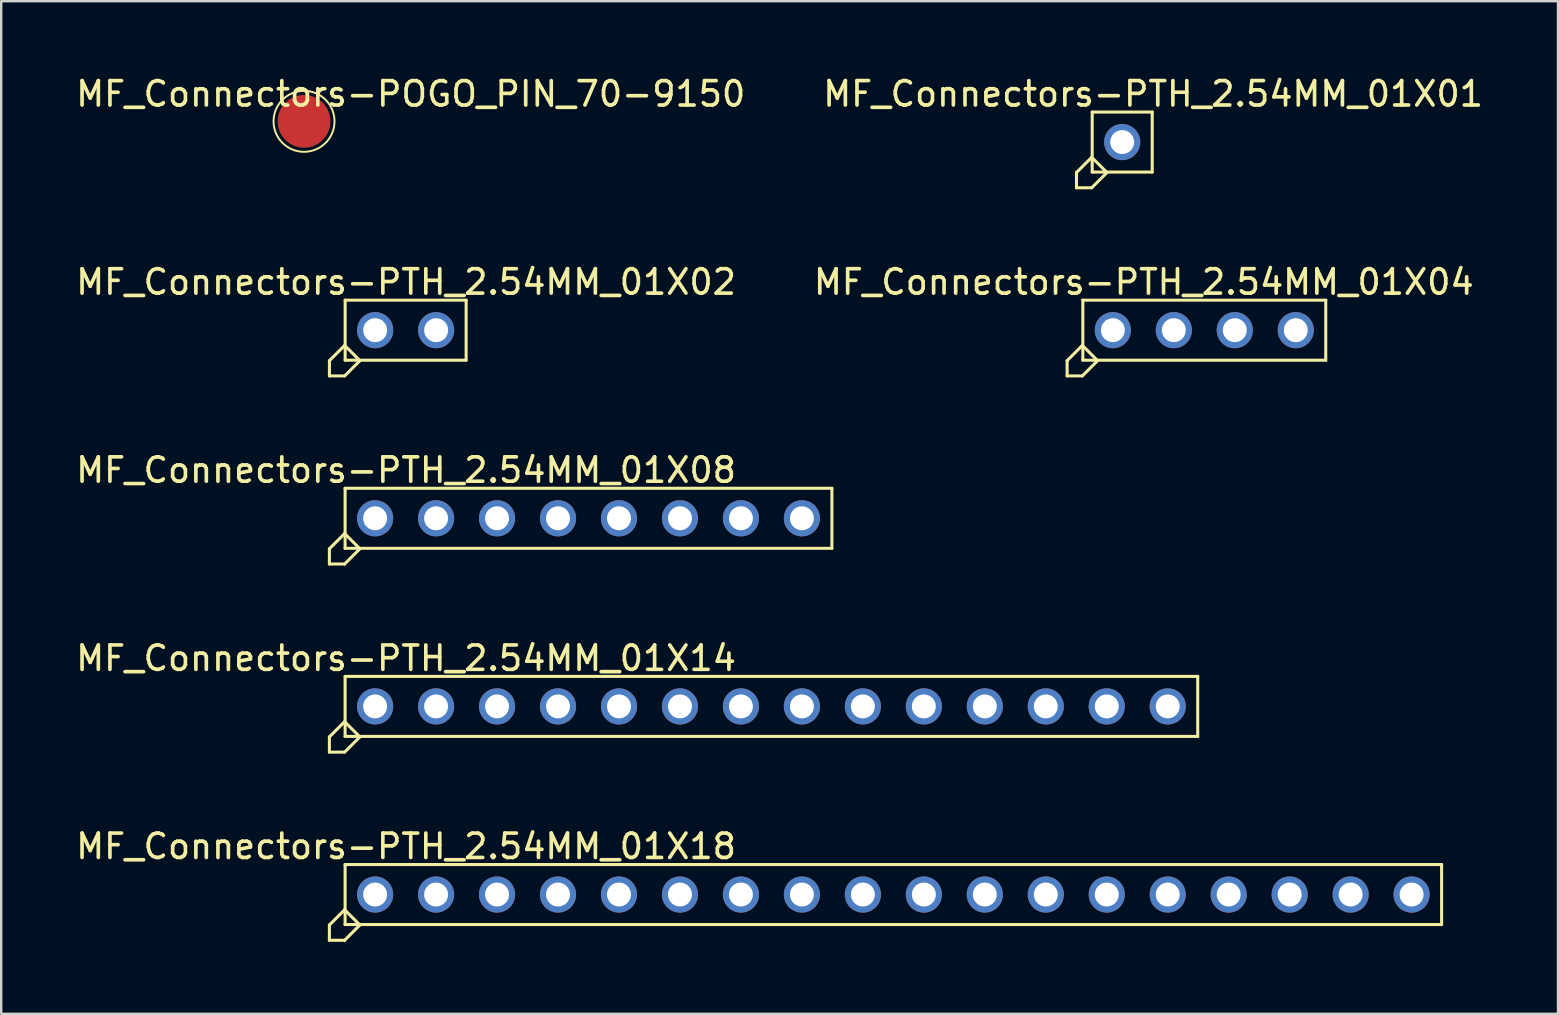
<source format=kicad_pcb>
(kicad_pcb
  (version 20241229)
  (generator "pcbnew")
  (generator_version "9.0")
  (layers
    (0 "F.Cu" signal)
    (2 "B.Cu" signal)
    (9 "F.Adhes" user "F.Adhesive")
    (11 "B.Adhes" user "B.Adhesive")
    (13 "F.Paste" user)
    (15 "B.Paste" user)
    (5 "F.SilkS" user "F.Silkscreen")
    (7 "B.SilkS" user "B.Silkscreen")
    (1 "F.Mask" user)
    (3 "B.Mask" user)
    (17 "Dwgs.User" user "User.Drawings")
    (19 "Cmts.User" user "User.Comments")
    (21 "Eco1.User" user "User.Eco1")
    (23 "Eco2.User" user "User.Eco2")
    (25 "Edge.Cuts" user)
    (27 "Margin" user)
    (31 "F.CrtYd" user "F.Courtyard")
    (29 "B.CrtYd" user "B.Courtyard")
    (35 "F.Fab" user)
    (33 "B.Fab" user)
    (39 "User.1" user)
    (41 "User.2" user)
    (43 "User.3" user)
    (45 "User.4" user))
  (footprint "MF_Connectors-PTH_2.54MM_01X04"
    (layer "F.Cu")
    (at 47.121 10.705)
    (property "Reference" "MF_Connectors-PTH_2.54MM_01X04" (at -2.52 -2.007 0) (layer "F.SilkS") (effects (font (size 1.016 1.016) (thickness 0.152))))
    (attr exclude_from_pos_files exclude_from_bom)
    (fp_line (start -5.715 1.27) (end -5.715 1.905) (stroke (width 0.127) (type solid)) (layer "F.SilkS"))
    (fp_line (start -5.715 1.905) (end -5.08 1.905) (stroke (width 0.127) (type solid)) (layer "F.SilkS"))
    (fp_line (start -5.08 0.635) (end -5.715 1.27) (stroke (width 0.127) (type solid)) (layer "F.SilkS"))
    (fp_line (start -5.08 1.905) (end -4.445 1.27) (stroke (width 0.127) (type solid)) (layer "F.SilkS"))
    (fp_line (start -5.06 -1.25) (end 5.06 -1.25) (stroke (width 0.127) (type solid)) (layer "F.SilkS"))
    (fp_line (start -5.06 1.25) (end -5.06 -1.25) (stroke (width 0.127) (type solid)) (layer "F.SilkS"))
    (fp_line (start -4.445 1.27) (end -5.08 0.635) (stroke (width 0.127) (type solid)) (layer "F.SilkS"))
    (fp_line (start 5.06 -1.25) (end 5.06 1.25) (stroke (width 0.127) (type solid)) (layer "F.SilkS"))
    (fp_line (start 5.06 1.25) (end -5.06 1.25) (stroke (width 0.127) (type solid)) (layer "F.SilkS"))
    (pad "1" thru_hole circle (at -3.81 0) (size 1.506 1.506) (drill 0.998) (layers "*.Cu" "*.Mask"))
    (pad "2" thru_hole circle (at -1.27 0) (size 1.506 1.506) (drill 0.998) (layers "*.Cu" "*.Mask"))
    (pad "3" thru_hole circle (at 1.27 0) (size 1.506 1.506) (drill 0.998) (layers "*.Cu" "*.Mask"))
    (pad "4" thru_hole circle (at 3.81 0) (size 1.506 1.506) (drill 0.998) (layers "*.Cu" "*.Mask")))
  (footprint "MF_Connectors-POGO_PIN_70-9150"
    (layer "F.Cu")
    (at 9.616 2.005)
    (property "Reference" "MF_Connectors-POGO_PIN_70-9150" (at 4.445 -1.143 0) (layer "F.SilkS") (effects (font (size 1.016 1.016) (thickness 0.152))))
    (attr smd)
    (fp_circle (center 0 0) (end 0 1.27) (stroke (width 0.08) (type solid)) (fill no) (layer "F.SilkS"))
    (pad "1" smd circle (at 0 0) (size 2.2 2.2) (layers "F.Cu" "F.Mask" "F.Paste")))
  (footprint "MF_Connectors-PTH_2.54MM_01X18"
    (layer "F.Cu")
    (at 34.167 34.216)
    (property "Reference" "MF_Connectors-PTH_2.54MM_01X18" (at -20.3 -2.007 0) (layer "F.SilkS") (effects (font (size 1.016 1.016) (thickness 0.152))))
    (attr exclude_from_pos_files exclude_from_bom)
    (fp_line (start -23.495 1.27) (end -23.495 1.905) (stroke (width 0.127) (type solid)) (layer "F.SilkS"))
    (fp_line (start -23.495 1.905) (end -22.86 1.905) (stroke (width 0.127) (type solid)) (layer "F.SilkS"))
    (fp_line (start -22.86 0.635) (end -23.495 1.27) (stroke (width 0.127) (type solid)) (layer "F.SilkS"))
    (fp_line (start -22.86 1.905) (end -22.225 1.27) (stroke (width 0.127) (type solid)) (layer "F.SilkS"))
    (fp_line (start -22.84 -1.25) (end 22.84 -1.25) (stroke (width 0.127) (type solid)) (layer "F.SilkS"))
    (fp_line (start -22.84 1.25) (end -22.84 -1.25) (stroke (width 0.127) (type solid)) (layer "F.SilkS"))
    (fp_line (start -22.225 1.27) (end -22.86 0.635) (stroke (width 0.127) (type solid)) (layer "F.SilkS"))
    (fp_line (start 22.84 -1.25) (end 22.84 1.25) (stroke (width 0.127) (type solid)) (layer "F.SilkS"))
    (fp_line (start 22.84 1.25) (end -22.84 1.25) (stroke (width 0.127) (type solid)) (layer "F.SilkS"))
    (pad "1" thru_hole circle (at -21.59 0) (size 1.506 1.506) (drill 0.998) (layers "*.Cu" "*.Mask"))
    (pad "2" thru_hole circle (at -19.05 0) (size 1.506 1.506) (drill 0.998) (layers "*.Cu" "*.Mask"))
    (pad "3" thru_hole circle (at -16.51 0) (size 1.506 1.506) (drill 0.998) (layers "*.Cu" "*.Mask"))
    (pad "4" thru_hole circle (at -13.97 0) (size 1.506 1.506) (drill 0.998) (layers "*.Cu" "*.Mask"))
    (pad "5" thru_hole circle (at -11.43 0) (size 1.506 1.506) (drill 0.998) (layers "*.Cu" "*.Mask"))
    (pad "6" thru_hole circle (at -8.89 0) (size 1.506 1.506) (drill 0.998) (layers "*.Cu" "*.Mask"))
    (pad "7" thru_hole circle (at -6.35 0) (size 1.506 1.506) (drill 0.998) (layers "*.Cu" "*.Mask"))
    (pad "8" thru_hole circle (at -3.81 0) (size 1.506 1.506) (drill 0.998) (layers "*.Cu" "*.Mask"))
    (pad "9" thru_hole circle (at -1.27 0) (size 1.506 1.506) (drill 0.998) (layers "*.Cu" "*.Mask"))
    (pad "10" thru_hole circle (at 1.27 0) (size 1.506 1.506) (drill 0.998) (layers "*.Cu" "*.Mask"))
    (pad "11" thru_hole circle (at 3.81 0) (size 1.506 1.506) (drill 0.998) (layers "*.Cu" "*.Mask"))
    (pad "12" thru_hole circle (at 6.35 0) (size 1.506 1.506) (drill 0.998) (layers "*.Cu" "*.Mask"))
    (pad "13" thru_hole circle (at 8.89 0) (size 1.506 1.506) (drill 0.998) (layers "*.Cu" "*.Mask"))
    (pad "14" thru_hole circle (at 11.43 0) (size 1.506 1.506) (drill 0.998) (layers "*.Cu" "*.Mask"))
    (pad "15" thru_hole circle (at 13.97 0) (size 1.506 1.506) (drill 0.998) (layers "*.Cu" "*.Mask"))
    (pad "16" thru_hole circle (at 16.51 0) (size 1.506 1.506) (drill 0.998) (layers "*.Cu" "*.Mask"))
    (pad "17" thru_hole circle (at 19.05 0) (size 1.506 1.506) (drill 0.998) (layers "*.Cu" "*.Mask"))
    (pad "18" thru_hole circle (at 21.59 0) (size 1.506 1.506) (drill 0.998) (layers "*.Cu" "*.Mask")))
  (footprint "MF_Connectors-PTH_2.54MM_01X02"
    (layer "F.Cu")
    (at 13.849 10.705)
    (property "Reference" "MF_Connectors-PTH_2.54MM_01X02" (at 0.018 -2.007 0) (layer "F.SilkS") (effects (font (size 1.016 1.016) (thickness 0.152))))
    (attr exclude_from_pos_files exclude_from_bom)
    (fp_line (start -3.175 1.27) (end -3.175 1.905) (stroke (width 0.127) (type solid)) (layer "F.SilkS"))
    (fp_line (start -3.175 1.905) (end -2.54 1.905) (stroke (width 0.127) (type solid)) (layer "F.SilkS"))
    (fp_line (start -2.54 0.635) (end -3.175 1.27) (stroke (width 0.127) (type solid)) (layer "F.SilkS"))
    (fp_line (start -2.54 1.905) (end -1.905 1.27) (stroke (width 0.127) (type solid)) (layer "F.SilkS"))
    (fp_line (start -2.52 -1.25) (end 2.52 -1.25) (stroke (width 0.127) (type solid)) (layer "F.SilkS"))
    (fp_line (start -2.52 1.25) (end -2.52 -1.25) (stroke (width 0.127) (type solid)) (layer "F.SilkS"))
    (fp_line (start -1.905 1.27) (end -2.54 0.635) (stroke (width 0.127) (type solid)) (layer "F.SilkS"))
    (fp_line (start 2.52 -1.25) (end 2.52 1.25) (stroke (width 0.127) (type solid)) (layer "F.SilkS"))
    (fp_line (start 2.52 1.25) (end -2.52 1.25) (stroke (width 0.127) (type solid)) (layer "F.SilkS"))
    (pad "1" thru_hole circle (at -1.27 0) (size 1.506 1.506) (drill 0.998) (layers "*.Cu" "*.Mask"))
    (pad "2" thru_hole circle (at 1.27 0) (size 1.506 1.506) (drill 0.998) (layers "*.Cu" "*.Mask")))
  (footprint "MF_Connectors-PTH_2.54MM_01X14"
    (layer "F.Cu")
    (at 29.087 26.379)
    (property "Reference" "MF_Connectors-PTH_2.54MM_01X14" (at -15.22 -2.007 0) (layer "F.SilkS") (effects (font (size 1.016 1.016) (thickness 0.152))))
    (attr exclude_from_pos_files exclude_from_bom)
    (fp_line (start -18.415 1.27) (end -18.415 1.905) (stroke (width 0.127) (type solid)) (layer "F.SilkS"))
    (fp_line (start -18.415 1.905) (end -17.78 1.905) (stroke (width 0.127) (type solid)) (layer "F.SilkS"))
    (fp_line (start -17.78 0.635) (end -18.415 1.27) (stroke (width 0.127) (type solid)) (layer "F.SilkS"))
    (fp_line (start -17.78 1.905) (end -17.145 1.27) (stroke (width 0.127) (type solid)) (layer "F.SilkS"))
    (fp_line (start -17.76 -1.25) (end 17.76 -1.25) (stroke (width 0.127) (type solid)) (layer "F.SilkS"))
    (fp_line (start -17.76 1.25) (end -17.76 -1.25) (stroke (width 0.127) (type solid)) (layer "F.SilkS"))
    (fp_line (start -17.145 1.27) (end -17.78 0.635) (stroke (width 0.127) (type solid)) (layer "F.SilkS"))
    (fp_line (start 17.76 -1.25) (end 17.76 1.25) (stroke (width 0.127) (type solid)) (layer "F.SilkS"))
    (fp_line (start 17.76 1.25) (end -17.76 1.25) (stroke (width 0.127) (type solid)) (layer "F.SilkS"))
    (pad "1" thru_hole circle (at -16.51 0) (size 1.506 1.506) (drill 0.998) (layers "*.Cu" "*.Mask"))
    (pad "2" thru_hole circle (at -13.97 0) (size 1.506 1.506) (drill 0.998) (layers "*.Cu" "*.Mask"))
    (pad "3" thru_hole circle (at -11.43 0) (size 1.506 1.506) (drill 0.998) (layers "*.Cu" "*.Mask"))
    (pad "4" thru_hole circle (at -8.89 0) (size 1.506 1.506) (drill 0.998) (layers "*.Cu" "*.Mask"))
    (pad "5" thru_hole circle (at -6.35 0) (size 1.506 1.506) (drill 0.998) (layers "*.Cu" "*.Mask"))
    (pad "6" thru_hole circle (at -3.81 0) (size 1.506 1.506) (drill 0.998) (layers "*.Cu" "*.Mask"))
    (pad "7" thru_hole circle (at -1.27 0) (size 1.506 1.506) (drill 0.998) (layers "*.Cu" "*.Mask"))
    (pad "8" thru_hole circle (at 1.27 0) (size 1.506 1.506) (drill 0.998) (layers "*.Cu" "*.Mask"))
    (pad "9" thru_hole circle (at 3.81 0) (size 1.506 1.506) (drill 0.998) (layers "*.Cu" "*.Mask"))
    (pad "10" thru_hole circle (at 6.35 0) (size 1.506 1.506) (drill 0.998) (layers "*.Cu" "*.Mask"))
    (pad "11" thru_hole circle (at 8.89 0) (size 1.506 1.506) (drill 0.998) (layers "*.Cu" "*.Mask"))
    (pad "12" thru_hole circle (at 11.43 0) (size 1.506 1.506) (drill 0.998) (layers "*.Cu" "*.Mask"))
    (pad "13" thru_hole circle (at 13.97 0) (size 1.506 1.506) (drill 0.998) (layers "*.Cu" "*.Mask"))
    (pad "14" thru_hole circle (at 16.51 0) (size 1.506 1.506) (drill 0.998) (layers "*.Cu" "*.Mask")))
  (footprint "MF_Connectors-PTH_2.54MM_01X01"
    (layer "F.Cu")
    (at 43.701 2.868)
    (property "Reference" "MF_Connectors-PTH_2.54MM_01X01" (at 1.288 -2.007 0) (layer "F.SilkS") (effects (font (size 1.016 1.016) (thickness 0.152))))
    (attr exclude_from_pos_files exclude_from_bom)
    (fp_line (start -1.905 1.27) (end -1.27 0.635) (stroke (width 0.127) (type solid)) (layer "F.SilkS"))
    (fp_line (start -1.905 1.905) (end -1.905 1.27) (stroke (width 0.127) (type solid)) (layer "F.SilkS"))
    (fp_line (start -1.27 0.635) (end -0.635 1.27) (stroke (width 0.127) (type solid)) (layer "F.SilkS"))
    (fp_line (start -1.27 1.905) (end -1.905 1.905) (stroke (width 0.127) (type solid)) (layer "F.SilkS"))
    (fp_line (start -1.25 -1.25) (end 1.25 -1.25) (stroke (width 0.127) (type solid)) (layer "F.SilkS"))
    (fp_line (start -1.25 1.25) (end -1.25 -1.25) (stroke (width 0.127) (type solid)) (layer "F.SilkS"))
    (fp_line (start -0.635 1.27) (end -1.27 1.905) (stroke (width 0.127) (type solid)) (layer "F.SilkS"))
    (fp_line (start 1.25 -1.25) (end 1.25 1.25) (stroke (width 0.127) (type solid)) (layer "F.SilkS"))
    (fp_line (start 1.25 1.25) (end -1.25 1.25) (stroke (width 0.127) (type solid)) (layer "F.SilkS"))
    (pad "1" thru_hole circle (at 0 0) (size 1.506 1.506) (drill 0.998) (layers "*.Cu" "*.Mask")))
  (footprint "MF_Connectors-PTH_2.54MM_01X08"
    (layer "F.Cu")
    (at 21.467 18.542)
    (property "Reference" "MF_Connectors-PTH_2.54MM_01X08" (at -7.6 -2.007 0) (layer "F.SilkS") (effects (font (size 1.016 1.016) (thickness 0.152))))
    (attr exclude_from_pos_files exclude_from_bom)
    (fp_line (start -10.795 1.27) (end -10.795 1.905) (stroke (width 0.127) (type solid)) (layer "F.SilkS"))
    (fp_line (start -10.795 1.905) (end -10.16 1.905) (stroke (width 0.127) (type solid)) (layer "F.SilkS"))
    (fp_line (start -10.16 0.635) (end -10.795 1.27) (stroke (width 0.127) (type solid)) (layer "F.SilkS"))
    (fp_line (start -10.16 1.905) (end -9.525 1.27) (stroke (width 0.127) (type solid)) (layer "F.SilkS"))
    (fp_line (start -10.14 -1.25) (end 10.14 -1.25) (stroke (width 0.127) (type solid)) (layer "F.SilkS"))
    (fp_line (start -10.14 1.25) (end -10.14 -1.25) (stroke (width 0.127) (type solid)) (layer "F.SilkS"))
    (fp_line (start -9.525 1.27) (end -10.16 0.635) (stroke (width 0.127) (type solid)) (layer "F.SilkS"))
    (fp_line (start 10.14 -1.25) (end 10.14 1.25) (stroke (width 0.127) (type solid)) (layer "F.SilkS"))
    (fp_line (start 10.14 1.25) (end -10.14 1.25) (stroke (width 0.127) (type solid)) (layer "F.SilkS"))
    (pad "1" thru_hole circle (at -8.89 0) (size 1.506 1.506) (drill 0.998) (layers "*.Cu" "*.Mask"))
    (pad "2" thru_hole circle (at -6.35 0) (size 1.506 1.506) (drill 0.998) (layers "*.Cu" "*.Mask"))
    (pad "3" thru_hole circle (at -3.81 0) (size 1.506 1.506) (drill 0.998) (layers "*.Cu" "*.Mask"))
    (pad "4" thru_hole circle (at -1.27 0) (size 1.506 1.506) (drill 0.998) (layers "*.Cu" "*.Mask"))
    (pad "5" thru_hole circle (at 1.27 0) (size 1.506 1.506) (drill 0.998) (layers "*.Cu" "*.Mask"))
    (pad "6" thru_hole circle (at 3.81 0) (size 1.506 1.506) (drill 0.998) (layers "*.Cu" "*.Mask"))
    (pad "7" thru_hole circle (at 6.35 0) (size 1.506 1.506) (drill 0.998) (layers "*.Cu" "*.Mask"))
    (pad "8" thru_hole circle (at 8.89 0) (size 1.506 1.506) (drill 0.998) (layers "*.Cu" "*.Mask")))
  (gr_rect
    (start -3 -3)
    (end 61.856 39.185)
    (stroke (width 0.1) (type default))
    (fill no)
    (layer "Edge.Cuts")))
</source>
